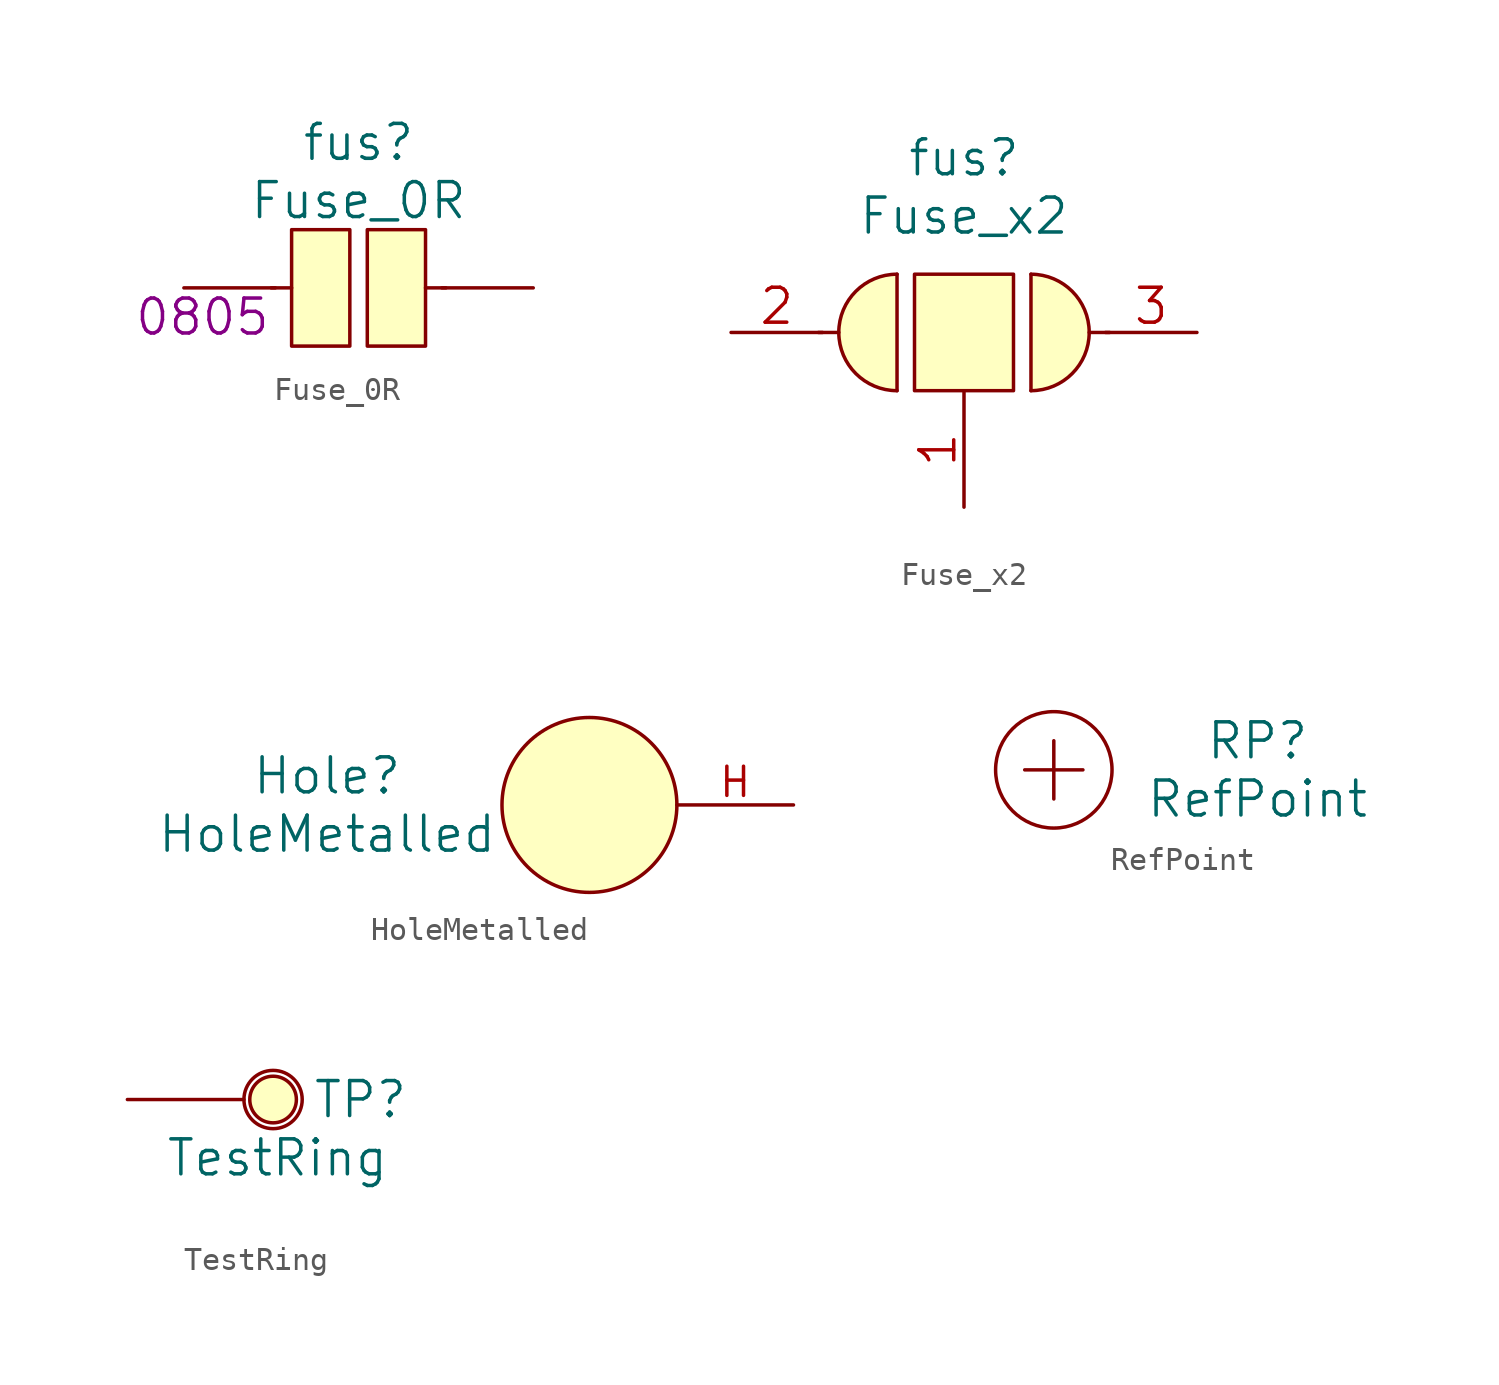
<source format=kicad_sym>
(kicad_symbol_lib
  (version 20220914)
  (generator kicad_symbol_editor)
  (symbol "Fuse_0R"
    (pin_numbers hide)
    (pin_names
      (offset 1.016) hide)
    (property "Reference" "fus"
      (at 0 6.35 0)
      (effects (font (size 1.524 1.524))))
    (property "Value" "Fuse_0R"
      (at 0 3.81 0)
      (effects (font (size 1.524 1.524))))
    (property "Datasheet" ""
      (at -1.651 0 0)
      (effects (font (size 1.524 1.524))))
    (property "Size" "0805"
      (at -3.81 -1.27 0)
      (effects (font (size 1.524 1.524)) (justify right)))
    (symbol "Fuse_0R_0_1"
      (rectangle (start -0.381 -2.54) (end -2.921 2.54) (stroke (width 0) (type solid)) (fill (type background)))
      (polyline (pts (xy -2.921 0) (xy -3.81 0)) (stroke (width 0) (type solid)) (fill (type none)))
      (polyline (pts (xy 3.81 0) (xy 2.921 0)) (stroke (width 0) (type solid)) (fill (type none)))
      (rectangle (start 0.381 -2.54) (end 2.921 2.54) (stroke (width 0) (type solid)) (fill (type background))))
    (symbol "Fuse_0R_1_1"
      (pin passive line (at -7.62 0 0) (length 3.988) (name "~" (effects (font (size 1.524 1.524)))) (number "1" (effects (font (size 1.524 1.524)))))
      (pin passive line (at 7.62 0 180) (length 3.988) (name "~" (effects (font (size 1.524 1.524)))) (number "2" (effects (font (size 1.524 1.524)))))))
  (symbol "Fuse_x2"
    (pin_names
      (offset 1.016) hide)
    (property "Reference" "fus"
      (at 0 7.62 0)
      (effects (font (size 1.524 1.524))))
    (property "Value" "Fuse_x2"
      (at 0 5.08 0)
      (effects (font (size 1.524 1.524))))
    (property "Datasheet" ""
      (at -4.191 0 0)
      (effects (font (size 1.524 1.524))))
    (symbol "Fuse_x2_0_1"
      (arc (start -2.921 2.54) (mid -5.45 0) (end -2.921 -2.54) (stroke (width 0) (type solid)) (fill (type background)))
      (polyline (pts (xy -5.461 0) (xy -6.35 0)) (stroke (width 0) (type solid)) (fill (type none)))
      (polyline (pts (xy -2.921 -2.54) (xy -2.921 2.54)) (stroke (width 0) (type solid)) (fill (type none)))
      (polyline (pts (xy 2.921 -2.54) (xy 2.921 2.54)) (stroke (width 0) (type solid)) (fill (type none)))
      (polyline (pts (xy 6.35 0) (xy 5.461 0)) (stroke (width 0) (type solid)) (fill (type none)))
      (rectangle (start 2.159 2.54) (end -2.159 -2.54) (stroke (width 0) (type solid)) (fill (type background)))
      (arc (start 2.921 -2.54) (mid 5.45 0) (end 2.921 2.54) (stroke (width 0) (type solid)) (fill (type background))))
    (symbol "Fuse_x2_1_1"
      (pin passive line (at 0 -7.62 90) (length 5.004) (name "~" (effects (font (size 1.524 1.524)))) (number "1" (effects (font (size 1.524 1.524)))))
      (pin passive line (at -10.16 0 0) (length 3.988) (name "~" (effects (font (size 1.524 1.524)))) (number "2" (effects (font (size 1.524 1.524)))))
      (pin passive line (at 10.16 0 180) (length 3.988) (name "~" (effects (font (size 1.524 1.524)))) (number "3" (effects (font (size 1.524 1.524)))))))
  (symbol "HoleMetalled"
    (pin_names
      (offset 1.016))
    (property "Reference" "Hole"
      (at -11.43 1.27 0)
      (effects (font (size 1.524 1.524))))
    (property "Value" "HoleMetalled"
      (at -11.43 -1.27 0)
      (effects (font (size 1.524 1.524))))
    (property "Footprint" ""
      (at 0 0 0)
      (effects (font (size 1.524 1.524))))
    (property "Datasheet" ""
      (at 0 0 0)
      (effects (font (size 1.524 1.524))))
    (symbol "HoleMetalled_0_1"
      (circle (center 0 0) (radius 3.81) (stroke (width 0) (type solid)) (fill (type background))))
    (symbol "HoleMetalled_1_1"
      (pin passive line (at 8.89 0 180) (length 5.08) (name "~" (effects (font (size 1.27 1.27)))) (number "H" (effects (font (size 1.27 1.27)))))))
  (symbol "RefPoint"
    (pin_names
      (offset 1.016))
    (property "Reference" "RP"
      (at 8.89 1.27 0)
      (effects (font (size 1.524 1.524))))
    (property "Value" "RefPoint"
      (at 8.89 -1.27 0)
      (effects (font (size 1.524 1.524))))
    (property "Datasheet" ""
      (at 0 0 0)
      (effects (font (size 1.524 1.524))))
    (symbol "RefPoint_0_1"
      (polyline (pts (xy -1.27 0) (xy 1.27 0) (xy 1.27 0)) (stroke (width 0) (type solid)) (fill (type none)))
      (polyline (pts (xy 0 1.27) (xy 0 -1.27) (xy 0 -1.27)) (stroke (width 0) (type solid)) (fill (type none)))
      (circle (center 0 0) (radius 2.54) (stroke (width 0) (type solid)) (fill (type none)))))
  (symbol "TestRing"
    (pin_numbers hide)
    (pin_names
      (offset 1.016) hide)
    (property "Reference" "TP"
      (at 10.16 0 0)
      (effects (font (size 1.524 1.524))))
    (property "Value" "TestRing"
      (at 11.43 -2.54 0)
      (effects (font (size 1.524 1.524)) (justify right)))
    (property "Datasheet" ""
      (at 0 -5.08 0)
      (effects (font (size 1.524 1.524))))
    (symbol "TestRing_0_1"
      (circle (center 6.35 0) (radius 1.016) (stroke (width 0) (type solid)) (fill (type background)))
      (circle (center 6.35 0) (radius 1.27) (stroke (width 0) (type solid)) (fill (type none))))
    (symbol "TestRing_1_1"
      (pin passive line (at 0 0 0) (length 5.08) (name "~" (effects (font (size 1.27 1.27)))) (number "1" (effects (font (size 1.27 1.27))))))))
</source>
